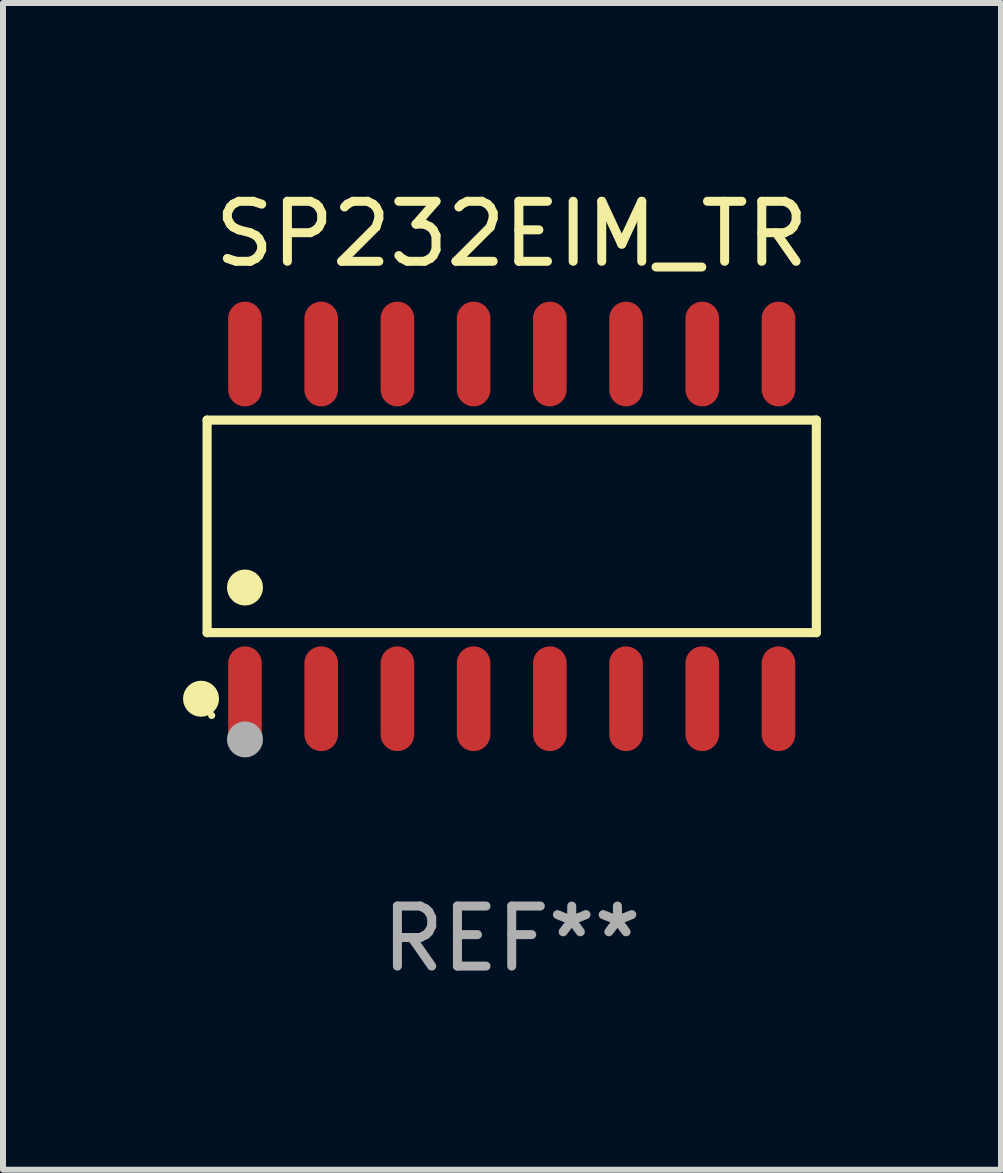
<source format=kicad_pcb>
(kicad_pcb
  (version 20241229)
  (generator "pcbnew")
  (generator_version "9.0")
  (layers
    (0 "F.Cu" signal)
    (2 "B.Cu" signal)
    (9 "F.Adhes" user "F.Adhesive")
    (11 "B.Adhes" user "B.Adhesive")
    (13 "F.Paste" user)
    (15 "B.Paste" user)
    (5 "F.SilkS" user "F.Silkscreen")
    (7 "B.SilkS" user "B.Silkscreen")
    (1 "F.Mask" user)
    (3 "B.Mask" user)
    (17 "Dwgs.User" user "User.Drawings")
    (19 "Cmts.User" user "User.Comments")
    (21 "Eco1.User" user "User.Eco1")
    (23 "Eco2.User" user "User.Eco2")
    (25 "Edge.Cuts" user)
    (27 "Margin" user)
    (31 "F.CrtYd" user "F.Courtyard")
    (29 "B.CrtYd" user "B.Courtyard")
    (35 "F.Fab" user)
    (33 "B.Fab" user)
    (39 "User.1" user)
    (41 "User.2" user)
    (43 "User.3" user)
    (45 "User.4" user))
  (footprint "SP232EIM_TR"
    (layer "F.Cu")
    (at 5.477 5.721)
    (property "Reference" "SP232EIM_TR" (at 0 -4.872 0) (layer "F.SilkS") (effects (font (size 1 1) (thickness 0.15))))
    (attr through_hole)
    (fp_line (start -5.076 -1.771) (end 5.076 -1.771) (stroke (width 0.152) (type solid)) (layer "F.SilkS"))
    (fp_line (start -5.076 1.771) (end -5.076 -1.771) (stroke (width 0.152) (type solid)) (layer "F.SilkS"))
    (fp_line (start 5.076 -1.771) (end 5.076 1.771) (stroke (width 0.152) (type solid)) (layer "F.SilkS"))
    (fp_line (start 5.076 1.771) (end -5.076 1.771) (stroke (width 0.152) (type solid)) (layer "F.SilkS"))
    (fp_circle (center -5.177 2.872) (end -5.027 2.872) (stroke (width 0.3) (type solid)) (fill no) (layer "F.SilkS"))
    (fp_circle (center -5 3.15) (end -4.97 3.15) (stroke (width 0.06) (type solid)) (fill no) (layer "F.SilkS"))
    (fp_circle (center -4.445 1.019) (end -4.295 1.019) (stroke (width 0.3) (type solid)) (fill no) (layer "F.SilkS"))
    (fp_circle (center -4.445 3.55) (end -4.295 3.55) (stroke (width 0.3) (type solid)) (fill no) (layer "F.Fab"))
    (fp_text user "REF**" (at 0 6.872 0) (layer "F.Fab") (effects (font (size 1 1) (thickness 0.15))))
    (pad "1" smd oval (at -4.445 2.872) (size 0.56 1.745) (layers "F.Cu" "F.Mask" "F.Paste"))
    (pad "2" smd oval (at -3.175 2.872) (size 0.56 1.745) (layers "F.Cu" "F.Mask" "F.Paste"))
    (pad "3" smd oval (at -1.905 2.872) (size 0.56 1.745) (layers "F.Cu" "F.Mask" "F.Paste"))
    (pad "4" smd oval (at -0.635 2.872) (size 0.56 1.745) (layers "F.Cu" "F.Mask" "F.Paste"))
    (pad "5" smd oval (at 0.635 2.872) (size 0.56 1.745) (layers "F.Cu" "F.Mask" "F.Paste"))
    (pad "6" smd oval (at 1.905 2.872) (size 0.56 1.745) (layers "F.Cu" "F.Mask" "F.Paste"))
    (pad "7" smd oval (at 3.175 2.872) (size 0.56 1.745) (layers "F.Cu" "F.Mask" "F.Paste"))
    (pad "8" smd oval (at 4.445 2.872) (size 0.56 1.745) (layers "F.Cu" "F.Mask" "F.Paste"))
    (pad "9" smd oval (at 4.445 -2.872) (size 0.56 1.745) (layers "F.Cu" "F.Mask" "F.Paste"))
    (pad "10" smd oval (at 3.175 -2.872) (size 0.56 1.745) (layers "F.Cu" "F.Mask" "F.Paste"))
    (pad "11" smd oval (at 1.905 -2.872) (size 0.56 1.745) (layers "F.Cu" "F.Mask" "F.Paste"))
    (pad "12" smd oval (at 0.635 -2.872) (size 0.56 1.745) (layers "F.Cu" "F.Mask" "F.Paste"))
    (pad "13" smd oval (at -0.635 -2.872) (size 0.56 1.745) (layers "F.Cu" "F.Mask" "F.Paste"))
    (pad "14" smd oval (at -1.905 -2.872) (size 0.56 1.745) (layers "F.Cu" "F.Mask" "F.Paste"))
    (pad "15" smd oval (at -3.175 -2.872) (size 0.56 1.745) (layers "F.Cu" "F.Mask" "F.Paste"))
    (pad "16" smd oval (at -4.445 -2.872) (size 0.56 1.745) (layers "F.Cu" "F.Mask" "F.Paste")))
  (gr_rect
    (start -3 -3)
    (end 13.63 16.441)
    (stroke (width 0.1) (type default))
    (fill no)
    (layer "Edge.Cuts")))
</source>
